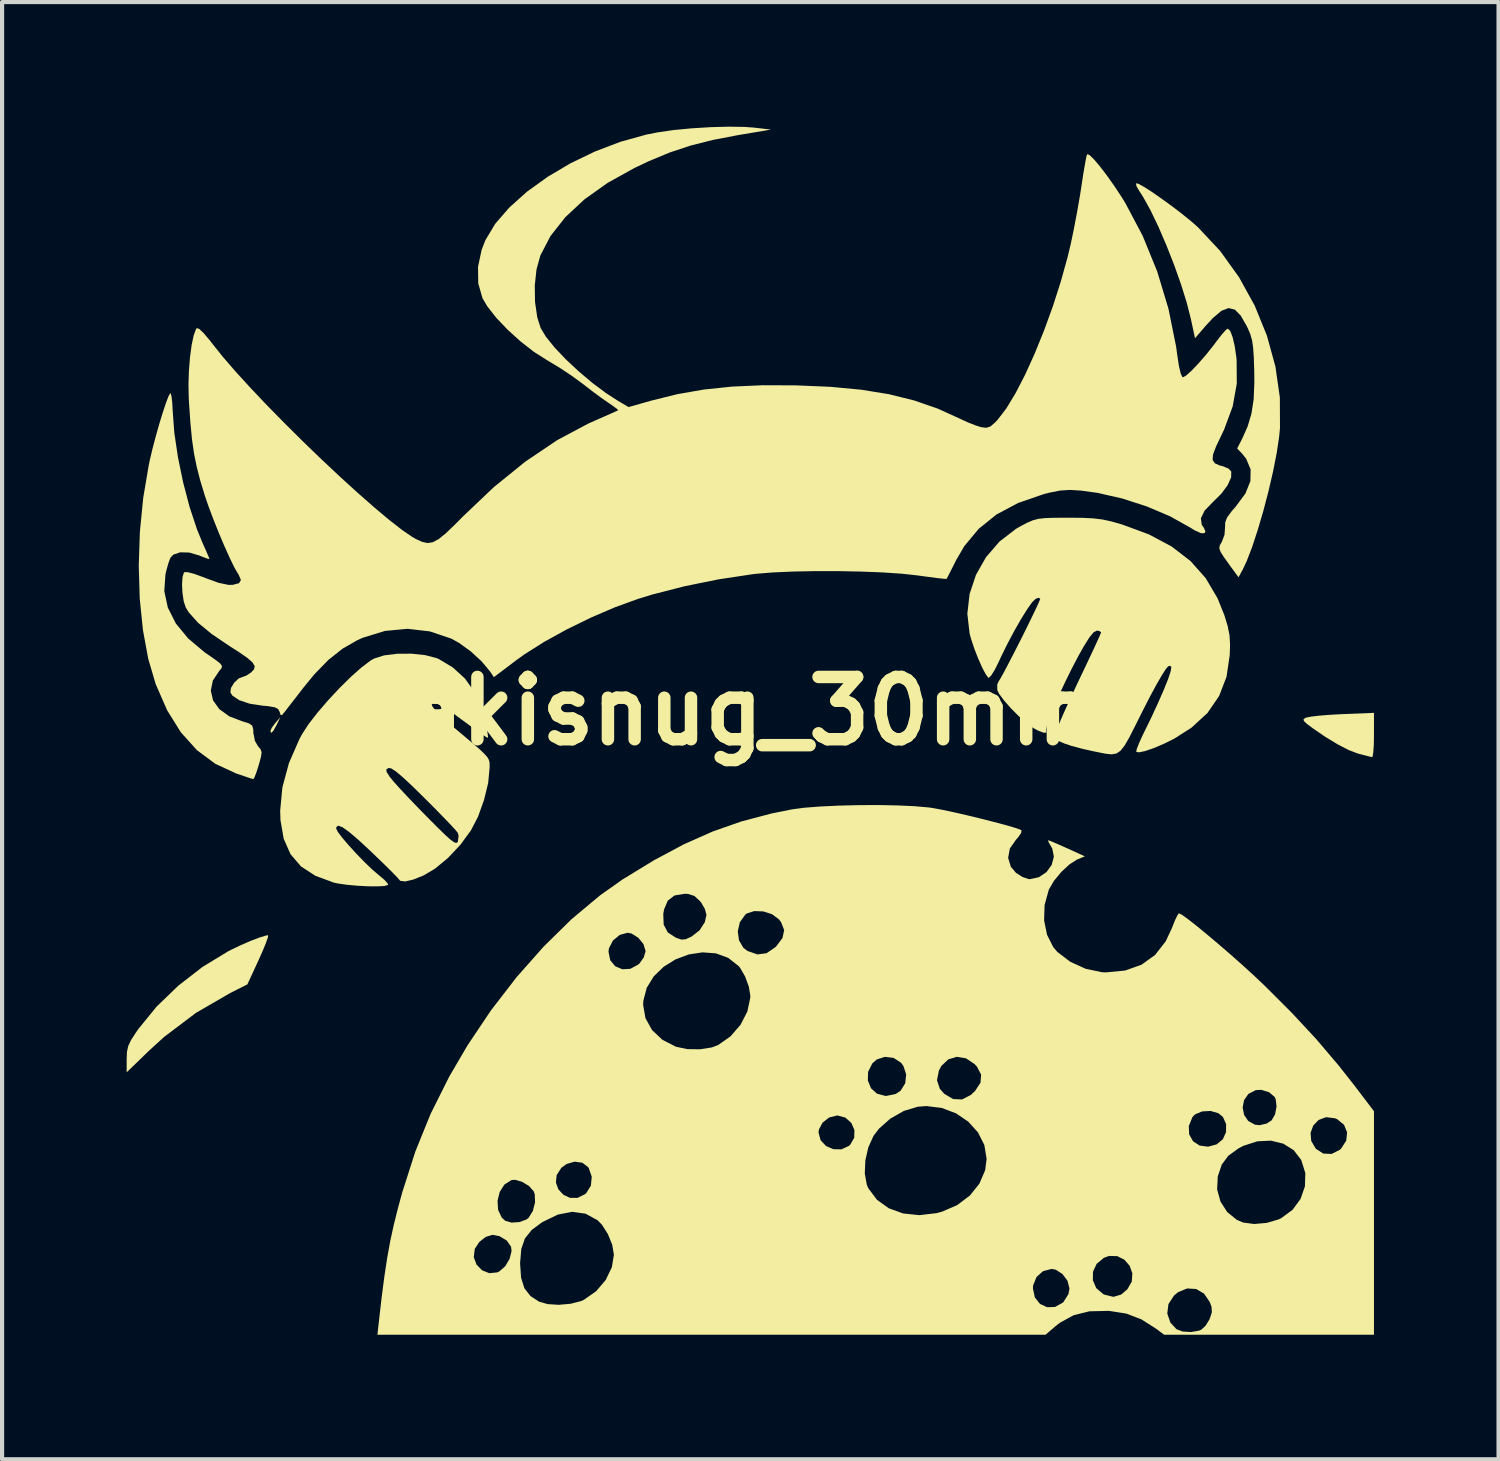
<source format=kicad_pcb>
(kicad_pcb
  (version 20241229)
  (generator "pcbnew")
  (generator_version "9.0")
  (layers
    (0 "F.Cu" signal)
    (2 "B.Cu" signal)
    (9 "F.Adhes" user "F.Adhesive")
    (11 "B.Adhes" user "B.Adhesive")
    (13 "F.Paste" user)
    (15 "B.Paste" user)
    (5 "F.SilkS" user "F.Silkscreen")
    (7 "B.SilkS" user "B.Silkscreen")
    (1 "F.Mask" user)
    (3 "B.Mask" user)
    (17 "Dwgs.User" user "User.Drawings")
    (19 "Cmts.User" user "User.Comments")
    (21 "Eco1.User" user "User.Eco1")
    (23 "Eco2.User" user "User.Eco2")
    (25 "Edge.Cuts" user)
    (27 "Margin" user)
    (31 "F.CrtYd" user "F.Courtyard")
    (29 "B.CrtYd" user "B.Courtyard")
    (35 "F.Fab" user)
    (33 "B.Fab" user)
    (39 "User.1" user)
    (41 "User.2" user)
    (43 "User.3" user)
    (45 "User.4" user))
  (footprint "akisnug_30mm"
    (layer "F.Cu")
    (at 15.017 14.072)
    (property "Reference" "akisnug_30mm" (at 0 0 0) (layer "F.SilkS") (effects (font (size 1.5 1.5) (thickness 0.3))))
    (attr board_only exclude_from_pos_files exclude_from_bom)
    (fp_poly (pts (xy -11.408 0.337) (xy -11.489 0.482) (xy -11.54 0.527) (xy -11.556 0.476) (xy -11.521 0.399) (xy -11.436 0.286) (xy -11.436 0.285) (xy -11.316 0.147)) (stroke (width 0) (type solid)) (fill yes) (layer "F.SilkS"))
    (fp_poly (pts (xy 15.017 0.579) (xy 15.013 0.812) (xy 15.001 0.993) (xy 14.983 1.096) (xy 14.973 1.109) (xy 14.896 1.092) (xy 14.744 1.053) (xy 14.618 1.019) (xy 14.411 0.94) (xy 14.147 0.804) (xy 13.859 0.629) (xy 13.776 0.574) (xy 13.545 0.415) (xy 13.401 0.308) (xy 13.33 0.24) (xy 13.32 0.198) (xy 13.359 0.168) (xy 13.383 0.158) (xy 13.493 0.135) (xy 13.693 0.111) (xy 13.954 0.09) (xy 14.25 0.074) (xy 14.269 0.073) (xy 15.017 0.043)) (stroke (width 0) (type solid)) (fill yes) (layer "F.SilkS"))
    (fp_poly (pts (xy -11.615 5.446) (xy -11.662 5.58) (xy -11.743 5.778) (xy -11.837 5.989) (xy -12.11 6.581) (xy -12.522 6.788) (xy -13.35 7.268) (xy -14.112 7.844) (xy -14.464 8.164) (xy -15.017 8.699) (xy -15.017 8.377) (xy -15.01 8.206) (xy -14.98 8.067) (xy -14.913 7.924) (xy -14.793 7.739) (xy -14.731 7.65) (xy -14.297 7.117) (xy -13.774 6.613) (xy -13.193 6.162) (xy -12.581 5.789) (xy -12.51 5.752) (xy -12.274 5.639) (xy -12.034 5.535) (xy -11.82 5.453) (xy -11.663 5.405) (xy -11.612 5.397)) (stroke (width 0) (type solid)) (fill yes) (layer "F.SilkS"))
    (fp_poly (pts (xy 9.35 -12.694) (xy 9.485 -12.619) (xy 9.674 -12.498) (xy 9.898 -12.342) (xy 10.14 -12.167) (xy 10.379 -11.985) (xy 10.597 -11.809) (xy 10.776 -11.653) (xy 10.783 -11.646) (xy 11.311 -11.082) (xy 11.767 -10.448) (xy 12.146 -9.761) (xy 12.44 -9.038) (xy 12.644 -8.295) (xy 12.751 -7.549) (xy 12.754 -6.816) (xy 12.733 -6.599) (xy 12.674 -6.208) (xy 12.586 -5.763) (xy 12.476 -5.289) (xy 12.351 -4.812) (xy 12.217 -4.356) (xy 12.082 -3.947) (xy 11.952 -3.609) (xy 11.86 -3.414) (xy 11.756 -3.221) (xy 11.553 -3.498) (xy 11.409 -3.699) (xy 11.325 -3.83) (xy 11.293 -3.917) (xy 11.303 -3.986) (xy 11.347 -4.063) (xy 11.353 -4.073) (xy 11.418 -4.243) (xy 11.431 -4.418) (xy 11.435 -4.543) (xy 11.48 -4.661) (xy 11.585 -4.805) (xy 11.689 -4.925) (xy 11.922 -5.24) (xy 12.042 -5.539) (xy 12.047 -5.819) (xy 11.938 -6.078) (xy 11.844 -6.195) (xy 11.723 -6.323) (xy 11.84 -6.551) (xy 11.977 -6.858) (xy 12.068 -7.168) (xy 12.12 -7.51) (xy 12.137 -7.917) (xy 12.134 -8.203) (xy 12.123 -8.524) (xy 12.107 -8.756) (xy 12.081 -8.93) (xy 12.04 -9.074) (xy 11.979 -9.217) (xy 11.952 -9.273) (xy 11.809 -9.522) (xy 11.668 -9.666) (xy 11.516 -9.704) (xy 11.344 -9.638) (xy 11.14 -9.466) (xy 10.961 -9.272) (xy 10.708 -8.978) (xy 10.609 -9.438) (xy 10.509 -9.832) (xy 10.37 -10.278) (xy 10.203 -10.749) (xy 10.017 -11.221) (xy 9.824 -11.669) (xy 9.633 -12.066) (xy 9.454 -12.387) (xy 9.372 -12.513) (xy 9.302 -12.631) (xy 9.285 -12.705) (xy 9.287 -12.709)) (stroke (width 0) (type solid)) (fill yes) (layer "F.SilkS"))
    (fp_poly (pts (xy -13.939 -7.588) (xy -13.92 -7.436) (xy -13.909 -7.233) (xy -13.909 -7.232) (xy -13.87 -6.704) (xy -13.783 -6.116) (xy -13.657 -5.506) (xy -13.501 -4.912) (xy -13.322 -4.372) (xy -13.192 -4.054) (xy -13.108 -3.866) (xy -13.048 -3.726) (xy -13.023 -3.661) (xy -13.023 -3.66) (xy -13.071 -3.67) (xy -13.193 -3.715) (xy -13.273 -3.748) (xy -13.51 -3.817) (xy -13.727 -3.823) (xy -13.894 -3.766) (xy -13.962 -3.693) (xy -14.008 -3.575) (xy -14.059 -3.394) (xy -14.083 -3.291) (xy -14.111 -2.889) (xy -14.026 -2.492) (xy -13.832 -2.108) (xy -13.534 -1.746) (xy -13.136 -1.412) (xy -13.09 -1.381) (xy -12.889 -1.242) (xy -12.771 -1.151) (xy -12.723 -1.089) (xy -12.729 -1.038) (xy -12.777 -0.979) (xy -12.784 -0.972) (xy -12.942 -0.735) (xy -12.991 -0.492) (xy -12.937 -0.258) (xy -12.787 -0.047) (xy -12.546 0.127) (xy -12.244 0.243) (xy -12.078 0.294) (xy -11.996 0.348) (xy -11.969 0.437) (xy -11.967 0.522) (xy -11.928 0.721) (xy -11.853 0.847) (xy -11.791 0.921) (xy -11.768 0.995) (xy -11.783 1.104) (xy -11.833 1.287) (xy -11.838 1.305) (xy -11.895 1.483) (xy -11.943 1.604) (xy -11.967 1.639) (xy -12.033 1.619) (xy -12.179 1.571) (xy -12.373 1.505) (xy -12.383 1.501) (xy -12.884 1.269) (xy -13.327 0.94) (xy -13.712 0.512) (xy -14.042 -0.018) (xy -14.319 -0.651) (xy -14.319 -0.653) (xy -14.498 -1.259) (xy -14.625 -1.95) (xy -14.702 -2.704) (xy -14.726 -3.5) (xy -14.699 -4.315) (xy -14.619 -5.13) (xy -14.485 -5.922) (xy -14.46 -6.042) (xy -14.394 -6.32) (xy -14.316 -6.616) (xy -14.233 -6.91) (xy -14.15 -7.182) (xy -14.074 -7.41) (xy -14.012 -7.574) (xy -13.97 -7.652) (xy -13.961 -7.655)) (stroke (width 0) (type solid)) (fill yes) (layer "F.SilkS"))
    (fp_poly (pts (xy -7.829 -1.347) (xy -7.551 -1.274) (xy -7.501 -1.253) (xy -7.162 -1.049) (xy -6.87 -0.782) (xy -6.658 -0.484) (xy -6.645 -0.459) (xy -6.575 -0.297) (xy -6.5 -0.092) (xy -6.429 0.13) (xy -6.369 0.341) (xy -6.329 0.515) (xy -6.315 0.623) (xy -6.324 0.645) (xy -6.384 0.611) (xy -6.518 0.52) (xy -6.706 0.385) (xy -6.93 0.22) (xy -6.951 0.205) (xy -7.181 0.037) (xy -7.381 -0.102) (xy -7.532 -0.197) (xy -7.612 -0.234) (xy -7.615 -0.235) (xy -7.681 -0.203) (xy -7.656 -0.112) (xy -7.546 0.029) (xy -7.356 0.211) (xy -7.274 0.281) (xy -6.95 0.552) (xy -6.706 0.758) (xy -6.528 0.911) (xy -6.408 1.025) (xy -6.333 1.109) (xy -6.294 1.177) (xy -6.279 1.24) (xy -6.277 1.31) (xy -6.278 1.367) (xy -6.312 1.73) (xy -6.411 2.137) (xy -6.557 2.546) (xy -6.73 2.877) (xy -6.979 3.217) (xy -7.276 3.533) (xy -7.592 3.795) (xy -7.863 3.956) (xy -8.118 4.058) (xy -8.312 4.103) (xy -8.431 4.087) (xy -8.457 4.057) (xy -8.504 4.002) (xy -8.622 3.881) (xy -8.794 3.71) (xy -9.007 3.504) (xy -9.133 3.383) (xy -9.433 3.104) (xy -9.661 2.91) (xy -9.822 2.796) (xy -9.922 2.759) (xy -9.968 2.794) (xy -9.972 2.83) (xy -9.932 2.91) (xy -9.826 3.05) (xy -9.672 3.23) (xy -9.49 3.43) (xy -9.297 3.629) (xy -9.114 3.806) (xy -8.957 3.941) (xy -8.94 3.955) (xy -8.806 4.068) (xy -8.73 4.154) (xy -8.723 4.186) (xy -8.808 4.211) (xy -8.979 4.221) (xy -9.206 4.219) (xy -9.46 4.206) (xy -9.711 4.183) (xy -9.928 4.152) (xy -10.03 4.13) (xy -10.472 3.967) (xy -10.819 3.741) (xy -11.072 3.446) (xy -11.235 3.077) (xy -11.313 2.631) (xy -11.321 2.404) (xy -11.268 1.839) (xy -11.151 1.405) (xy -8.765 1.405) (xy -8.758 1.465) (xy -8.683 1.583) (xy -8.674 1.595) (xy -8.588 1.699) (xy -8.437 1.867) (xy -8.236 2.082) (xy -8.002 2.326) (xy -7.813 2.519) (xy -7.55 2.784) (xy -7.356 2.973) (xy -7.221 3.095) (xy -7.132 3.159) (xy -7.078 3.176) (xy -7.047 3.153) (xy -7.041 3.138) (xy -7.024 3.003) (xy -7.043 2.933) (xy -7.098 2.865) (xy -7.223 2.729) (xy -7.403 2.542) (xy -7.624 2.316) (xy -7.851 2.089) (xy -8.148 1.798) (xy -8.375 1.587) (xy -8.539 1.45) (xy -8.648 1.38) (xy -8.71 1.37) (xy -8.765 1.405) (xy -11.151 1.405) (xy -11.11 1.253) (xy -10.855 0.67) (xy -10.79 0.55) (xy -10.635 0.312) (xy -10.421 0.036) (xy -10.167 -0.259) (xy -9.894 -0.552) (xy -9.62 -0.822) (xy -9.366 -1.048) (xy -9.151 -1.211) (xy -9.062 -1.263) (xy -8.818 -1.341) (xy -8.503 -1.38) (xy -8.16 -1.382)) (stroke (width 0) (type solid)) (fill yes) (layer "F.SilkS"))
    (fp_poly (pts (xy 7.995 -4.653) (xy 8.257 -4.64) (xy 8.474 -4.614) (xy 8.684 -4.569) (xy 8.923 -4.501) (xy 8.944 -4.495) (xy 9.594 -4.256) (xy 10.143 -3.964) (xy 10.598 -3.614) (xy 10.965 -3.201) (xy 11.25 -2.717) (xy 11.414 -2.311) (xy 11.495 -2.044) (xy 11.539 -1.823) (xy 11.552 -1.592) (xy 11.544 -1.349) (xy 11.467 -0.827) (xy 11.288 -0.363) (xy 11.008 0.046) (xy 10.623 0.4) (xy 10.207 0.665) (xy 9.956 0.789) (xy 9.715 0.892) (xy 9.506 0.963) (xy 9.356 0.994) (xy 9.294 0.983) (xy 9.303 0.92) (xy 9.358 0.778) (xy 9.446 0.584) (xy 9.492 0.49) (xy 9.665 0.135) (xy 9.824 -0.21) (xy 9.96 -0.521) (xy 10.062 -0.775) (xy 10.12 -0.95) (xy 10.121 -0.954) (xy 10.139 -1.065) (xy 10.105 -1.091) (xy 10.063 -1.078) (xy 10.008 -1.016) (xy 9.911 -0.865) (xy 9.782 -0.642) (xy 9.631 -0.363) (xy 9.467 -0.044) (xy 9.441 0.008) (xy 9.26 0.37) (xy 9.122 0.642) (xy 9.011 0.833) (xy 8.914 0.956) (xy 8.816 1.022) (xy 8.702 1.042) (xy 8.56 1.028) (xy 8.373 0.991) (xy 8.242 0.964) (xy 7.989 0.907) (xy 7.742 0.841) (xy 7.576 0.786) (xy 7.421 0.721) (xy 7.353 0.659) (xy 7.346 0.572) (xy 7.354 0.522) (xy 7.389 0.42) (xy 7.467 0.231) (xy 7.58 -0.027) (xy 7.72 -0.333) (xy 7.878 -0.671) (xy 7.917 -0.753) (xy 8.075 -1.085) (xy 8.215 -1.381) (xy 8.328 -1.624) (xy 8.407 -1.799) (xy 8.445 -1.89) (xy 8.447 -1.898) (xy 8.398 -1.93) (xy 8.339 -1.936) (xy 8.266 -1.897) (xy 8.164 -1.773) (xy 8.029 -1.557) (xy 7.904 -1.335) (xy 7.739 -1.02) (xy 7.578 -0.693) (xy 7.43 -0.375) (xy 7.303 -0.082) (xy 7.204 0.167) (xy 7.142 0.353) (xy 7.124 0.458) (xy 7.127 0.47) (xy 7.13 0.521) (xy 7.054 0.519) (xy 6.92 0.466) (xy 6.809 0.405) (xy 6.647 0.286) (xy 6.46 0.119) (xy 6.271 -0.071) (xy 6.107 -0.258) (xy 5.99 -0.417) (xy 5.947 -0.504) (xy 5.946 -0.641) (xy 5.979 -0.715) (xy 6.028 -0.793) (xy 6.116 -0.953) (xy 6.232 -1.174) (xy 6.367 -1.435) (xy 6.51 -1.716) (xy 6.65 -1.997) (xy 6.777 -2.257) (xy 6.882 -2.475) (xy 6.953 -2.631) (xy 6.981 -2.705) (xy 6.981 -2.706) (xy 6.939 -2.728) (xy 6.868 -2.701) (xy 6.786 -2.62) (xy 6.667 -2.452) (xy 6.521 -2.218) (xy 6.36 -1.937) (xy 6.196 -1.629) (xy 6.041 -1.315) (xy 5.983 -1.189) (xy 5.887 -0.996) (xy 5.802 -0.859) (xy 5.743 -0.8) (xy 5.733 -0.801) (xy 5.671 -0.882) (xy 5.585 -1.044) (xy 5.489 -1.259) (xy 5.396 -1.496) (xy 5.319 -1.727) (xy 5.28 -1.869) (xy 5.226 -2.343) (xy 5.28 -2.819) (xy 5.433 -3.279) (xy 5.675 -3.705) (xy 5.999 -4.081) (xy 6.396 -4.387) (xy 6.525 -4.461) (xy 6.678 -4.54) (xy 6.805 -4.594) (xy 6.933 -4.628) (xy 7.091 -4.646) (xy 7.306 -4.654) (xy 7.608 -4.656) (xy 7.654 -4.656)) (stroke (width 0) (type solid)) (fill yes) (layer "F.SilkS"))
    (fp_poly (pts (xy -0.137 -14.066) (xy 0.089 -14.049) (xy 0.499 -14.002) (xy -0.293 -13.869) (xy -0.903 -13.752) (xy -1.438 -13.617) (xy -1.939 -13.451) (xy -2.448 -13.239) (xy -2.786 -13.079) (xy -3.434 -12.72) (xy -3.992 -12.323) (xy -4.453 -11.894) (xy -4.811 -11.439) (xy -5.056 -10.97) (xy -5.148 -10.637) (xy -5.19 -10.25) (xy -5.184 -9.85) (xy -5.13 -9.479) (xy -5.049 -9.225) (xy -4.921 -9.013) (xy -4.714 -8.756) (xy -4.446 -8.473) (xy -4.137 -8.184) (xy -3.807 -7.905) (xy -3.474 -7.656) (xy -3.188 -7.471) (xy -2.931 -7.32) (xy -2.389 -7.474) (xy -1.76 -7.63) (xy -1.12 -7.742) (xy -0.441 -7.813) (xy 0.3 -7.846) (xy 1.085 -7.843) (xy 1.926 -7.808) (xy 2.671 -7.738) (xy 3.337 -7.63) (xy 3.943 -7.48) (xy 4.505 -7.286) (xy 5.015 -7.055) (xy 5.23 -6.955) (xy 5.434 -6.875) (xy 5.56 -6.836) (xy 5.684 -6.821) (xy 5.782 -6.853) (xy 5.895 -6.951) (xy 5.959 -7.019) (xy 6.165 -7.288) (xy 6.387 -7.655) (xy 6.618 -8.102) (xy 6.849 -8.611) (xy 7.074 -9.166) (xy 7.286 -9.749) (xy 7.476 -10.342) (xy 7.639 -10.928) (xy 7.715 -11.244) (xy 7.791 -11.607) (xy 7.87 -12.025) (xy 7.941 -12.434) (xy 7.976 -12.659) (xy 8.018 -12.936) (xy 8.058 -13.169) (xy 8.089 -13.334) (xy 8.11 -13.408) (xy 8.111 -13.41) (xy 8.167 -13.39) (xy 8.273 -13.287) (xy 8.417 -13.118) (xy 8.585 -12.898) (xy 8.764 -12.645) (xy 8.943 -12.374) (xy 9.032 -12.229) (xy 9.448 -11.443) (xy 9.798 -10.585) (xy 10.069 -9.687) (xy 10.252 -8.78) (xy 10.279 -8.585) (xy 10.32 -8.314) (xy 10.363 -8.129) (xy 10.405 -8.041) (xy 10.416 -8.036) (xy 10.495 -8.08) (xy 10.627 -8.199) (xy 10.793 -8.373) (xy 10.976 -8.583) (xy 11.157 -8.811) (xy 11.225 -8.902) (xy 11.347 -9.06) (xy 11.445 -9.171) (xy 11.497 -9.21) (xy 11.555 -9.155) (xy 11.613 -9.005) (xy 11.665 -8.783) (xy 11.704 -8.511) (xy 11.71 -8.451) (xy 11.714 -7.886) (xy 11.615 -7.335) (xy 11.408 -6.777) (xy 11.344 -6.643) (xy 11.213 -6.367) (xy 11.141 -6.175) (xy 11.132 -6.047) (xy 11.184 -5.967) (xy 11.3 -5.915) (xy 11.379 -5.896) (xy 11.512 -5.84) (xy 11.581 -5.769) (xy 11.578 -5.627) (xy 11.495 -5.442) (xy 11.345 -5.237) (xy 11.142 -5.036) (xy 11.137 -5.032) (xy 10.939 -4.827) (xy 10.849 -4.642) (xy 10.871 -4.481) (xy 10.923 -4.411) (xy 10.959 -4.322) (xy 10.937 -4.285) (xy 10.854 -4.282) (xy 10.698 -4.353) (xy 10.588 -4.421) (xy 10.11 -4.688) (xy 9.554 -4.925) (xy 8.958 -5.118) (xy 8.362 -5.254) (xy 7.962 -5.309) (xy 7.689 -5.325) (xy 7.452 -5.309) (xy 7.192 -5.257) (xy 7.063 -5.223) (xy 6.449 -5.011) (xy 5.93 -4.735) (xy 5.501 -4.39) (xy 5.153 -3.972) (xy 4.957 -3.636) (xy 4.856 -3.434) (xy 4.776 -3.277) (xy 4.731 -3.191) (xy 4.725 -3.183) (xy 4.666 -3.185) (xy 4.514 -3.201) (xy 4.291 -3.23) (xy 4.021 -3.267) (xy 4.014 -3.268) (xy 3.642 -3.308) (xy 3.181 -3.339) (xy 2.66 -3.359) (xy 2.107 -3.37) (xy 1.549 -3.37) (xy 1.016 -3.359) (xy 0.535 -3.338) (xy 0.135 -3.305) (xy 0.059 -3.296) (xy -0.769 -3.171) (xy -1.59 -3.004) (xy -2.362 -2.806) (xy -2.711 -2.699) (xy -3.265 -2.497) (xy -3.846 -2.247) (xy -4.422 -1.965) (xy -4.961 -1.668) (xy -5.433 -1.37) (xy -5.625 -1.232) (xy -6.175 -0.817) (xy -6.265 -0.951) (xy -6.465 -1.192) (xy -6.729 -1.435) (xy -7.013 -1.641) (xy -7.198 -1.744) (xy -7.718 -1.919) (xy -8.254 -1.981) (xy -8.796 -1.93) (xy -9.33 -1.766) (xy -9.46 -1.708) (xy -9.819 -1.502) (xy -10.16 -1.232) (xy -10.502 -0.88) (xy -10.766 -0.557) (xy -10.928 -0.347) (xy -11.073 -0.161) (xy -11.178 -0.025) (xy -11.209 0.016) (xy -11.28 0.099) (xy -11.312 0.09) (xy -11.334 0.018) (xy -11.37 -0.049) (xy -11.453 -0.091) (xy -11.611 -0.118) (xy -11.742 -0.13) (xy -12.057 -0.178) (xy -12.307 -0.262) (xy -12.471 -0.373) (xy -12.519 -0.447) (xy -12.507 -0.554) (xy -12.43 -0.681) (xy -12.322 -0.784) (xy -12.227 -0.821) (xy -12.132 -0.856) (xy -12.023 -0.928) (xy -11.95 -1.005) (xy -11.934 -1.082) (xy -11.986 -1.171) (xy -12.116 -1.284) (xy -12.332 -1.433) (xy -12.525 -1.555) (xy -12.967 -1.854) (xy -13.299 -2.127) (xy -13.523 -2.378) (xy -13.593 -2.492) (xy -13.643 -2.641) (xy -13.673 -2.84) (xy -13.684 -3.05) (xy -13.672 -3.229) (xy -13.637 -3.338) (xy -13.632 -3.343) (xy -13.555 -3.346) (xy -13.397 -3.306) (xy -13.182 -3.228) (xy -13.124 -3.205) (xy -12.803 -3.088) (xy -12.564 -3.038) (xy -12.464 -3.039) (xy -12.312 -3.079) (xy -12.266 -3.157) (xy -12.323 -3.289) (xy -12.344 -3.32) (xy -12.426 -3.462) (xy -12.536 -3.689) (xy -12.665 -3.976) (xy -12.8 -4.295) (xy -12.931 -4.623) (xy -13.047 -4.932) (xy -13.133 -5.182) (xy -13.244 -5.547) (xy -13.329 -5.876) (xy -13.394 -6.197) (xy -13.444 -6.541) (xy -13.482 -6.936) (xy -13.515 -7.412) (xy -13.522 -7.538) (xy -13.529 -7.858) (xy -13.518 -8.193) (xy -13.492 -8.519) (xy -13.453 -8.811) (xy -13.404 -9.043) (xy -13.349 -9.193) (xy -13.328 -9.221) (xy -13.27 -9.202) (xy -13.161 -9.098) (xy -13.012 -8.922) (xy -12.949 -8.84) (xy -12.703 -8.532) (xy -12.395 -8.176) (xy -12.036 -7.783) (xy -11.638 -7.363) (xy -11.211 -6.928) (xy -10.768 -6.488) (xy -10.319 -6.055) (xy -9.876 -5.639) (xy -9.449 -5.251) (xy -9.051 -4.901) (xy -8.693 -4.601) (xy -8.386 -4.362) (xy -8.141 -4.194) (xy -8.054 -4.144) (xy -7.904 -4.075) (xy -7.774 -4.046) (xy -7.647 -4.065) (xy -7.506 -4.14) (xy -7.333 -4.28) (xy -7.111 -4.493) (xy -6.925 -4.681) (xy -6.174 -5.394) (xy -5.413 -6.01) (xy -4.651 -6.523) (xy -3.895 -6.926) (xy -3.759 -6.986) (xy -3.526 -7.089) (xy -3.337 -7.172) (xy -3.215 -7.228) (xy -3.181 -7.244) (xy -3.216 -7.28) (xy -3.323 -7.359) (xy -3.416 -7.422) (xy -3.587 -7.541) (xy -3.805 -7.702) (xy -4.025 -7.872) (xy -4.048 -7.889) (xy -4.29 -8.067) (xy -4.581 -8.26) (xy -4.862 -8.43) (xy -4.898 -8.451) (xy -5.211 -8.65) (xy -5.535 -8.903) (xy -5.846 -9.185) (xy -6.121 -9.474) (xy -6.335 -9.748) (xy -6.448 -9.94) (xy -6.551 -10.297) (xy -6.557 -10.695) (xy -6.469 -11.11) (xy -6.378 -11.341) (xy -6.141 -11.735) (xy -5.802 -12.126) (xy -5.378 -12.506) (xy -4.882 -12.863) (xy -4.332 -13.189) (xy -3.741 -13.474) (xy -3.127 -13.708) (xy -2.504 -13.881) (xy -2.236 -13.934) (xy -1.851 -13.99) (xy -1.412 -14.032) (xy -0.957 -14.06) (xy -0.52 -14.072)) (stroke (width 0) (type solid)) (fill yes) (layer "F.SilkS"))
    (fp_poly (pts (xy 3.547 2.272) (xy 3.958 2.291) (xy 4.29 2.32) (xy 4.4 2.336) (xy 4.621 2.377) (xy 4.898 2.436) (xy 5.208 2.507) (xy 5.528 2.584) (xy 5.838 2.663) (xy 6.116 2.736) (xy 6.338 2.8) (xy 6.484 2.848) (xy 6.53 2.871) (xy 6.521 2.935) (xy 6.445 3.045) (xy 6.398 3.096) (xy 6.249 3.31) (xy 6.208 3.535) (xy 6.273 3.749) (xy 6.398 3.896) (xy 6.553 3.995) (xy 6.702 4.046) (xy 6.727 4.048) (xy 6.948 4.001) (xy 7.131 3.878) (xy 7.257 3.704) (xy 7.309 3.506) (xy 7.271 3.31) (xy 7.245 3.264) (xy 7.183 3.158) (xy 7.17 3.109) (xy 7.172 3.109) (xy 7.235 3.132) (xy 7.377 3.192) (xy 7.57 3.278) (xy 7.627 3.303) (xy 8.055 3.498) (xy 7.87 3.574) (xy 7.688 3.689) (xy 7.49 3.872) (xy 7.313 4.086) (xy 7.191 4.294) (xy 7.187 4.303) (xy 7.086 4.669) (xy 7.074 5.04) (xy 7.145 5.388) (xy 7.296 5.686) (xy 7.392 5.799) (xy 7.704 6.037) (xy 8.076 6.206) (xy 8.466 6.288) (xy 8.563 6.292) (xy 9.024 6.248) (xy 9.419 6.108) (xy 9.746 5.873) (xy 10.002 5.545) (xy 10.15 5.229) (xy 10.223 5.045) (xy 10.285 4.915) (xy 10.321 4.869) (xy 10.394 4.906) (xy 10.54 5.011) (xy 10.742 5.169) (xy 10.988 5.371) (xy 11.262 5.602) (xy 11.55 5.85) (xy 11.837 6.104) (xy 12.109 6.352) (xy 12.351 6.58) (xy 12.371 6.599) (xy 13.039 7.266) (xy 13.629 7.901) (xy 14.165 8.532) (xy 14.541 9.009) (xy 15.017 9.635) (xy 15.017 12.326) (xy 15.017 15.017) (xy 12.491 15.017) (xy 9.964 15.017) (xy 9.778 14.877) (xy 9.417 14.647) (xy 9.056 14.509) (xy 9.041 14.506) (xy 10.04 14.506) (xy 10.115 14.724) (xy 10.261 14.883) (xy 10.408 14.94) (xy 10.607 14.953) (xy 10.799 14.921) (xy 10.861 14.895) (xy 10.963 14.799) (xy 11.055 14.65) (xy 11.063 14.631) (xy 11.114 14.474) (xy 11.105 14.343) (xy 11.063 14.23) (xy 10.925 14.027) (xy 10.735 13.916) (xy 10.519 13.903) (xy 10.301 13.992) (xy 10.202 14.074) (xy 10.068 14.28) (xy 10.04 14.506) (xy 9.041 14.506) (xy 8.651 14.445) (xy 8.616 14.443) (xy 8.166 14.453) (xy 7.786 14.547) (xy 7.454 14.729) (xy 7.346 14.814) (xy 7.109 15.017) (xy -0.935 15.017) (xy -8.979 15.017) (xy -8.948 14.738) (xy -8.879 14.132) (xy -8.812 13.617) (xy -8.744 13.168) (xy -8.741 13.151) (xy -6.659 13.151) (xy -6.592 13.329) (xy -6.46 13.465) (xy -6.287 13.535) (xy -6.097 13.517) (xy -6.045 13.493) (xy -5.902 13.369) (xy -5.869 13.312) (xy -5.543 13.312) (xy -5.519 13.648) (xy -5.44 13.898) (xy -5.294 14.085) (xy -5.091 14.219) (xy -4.882 14.28) (xy -4.613 14.297) (xy -4.329 14.272) (xy -4.078 14.208) (xy -4.007 14.176) (xy -3.713 13.97) (xy -3.656 13.903) (xy 6.805 13.903) (xy 6.851 14.119) (xy 6.974 14.274) (xy 7.144 14.354) (xy 7.336 14.349) (xy 7.521 14.247) (xy 7.541 14.228) (xy 7.66 14.039) (xy 7.685 13.903) (xy 7.637 13.717) (xy 7.629 13.706) (xy 8.248 13.706) (xy 8.33 13.895) (xy 8.496 14.037) (xy 8.53 14.053) (xy 8.745 14.105) (xy 8.931 14.05) (xy 9.078 13.924) (xy 9.186 13.735) (xy 9.199 13.539) (xy 9.134 13.357) (xy 9.008 13.211) (xy 8.837 13.125) (xy 8.638 13.12) (xy 8.514 13.165) (xy 8.339 13.311) (xy 8.251 13.501) (xy 8.248 13.706) (xy 7.629 13.706) (xy 7.515 13.554) (xy 7.354 13.451) (xy 7.255 13.433) (xy 7.049 13.486) (xy 6.892 13.627) (xy 6.81 13.828) (xy 6.805 13.903) (xy -3.656 13.903) (xy -3.483 13.7) (xy -3.334 13.392) (xy -3.285 13.093) (xy -3.325 12.852) (xy -3.43 12.593) (xy -3.574 12.367) (xy -3.679 12.26) (xy -3.967 12.103) (xy -4.286 12.057) (xy -4.633 12.124) (xy -5.003 12.303) (xy -5.009 12.306) (xy -5.264 12.494) (xy -5.428 12.7) (xy -5.515 12.953) (xy -5.543 13.284) (xy -5.543 13.312) (xy -5.869 13.312) (xy -5.796 13.189) (xy -5.749 13.002) (xy -5.761 12.898) (xy -5.865 12.749) (xy -6.04 12.644) (xy -6.208 12.612) (xy -6.37 12.661) (xy -6.527 12.785) (xy -6.634 12.949) (xy -6.635 12.951) (xy -6.659 13.151) (xy -8.741 13.151) (xy -8.67 12.761) (xy -8.585 12.37) (xy -8.485 11.97) (xy -8.437 11.794) (xy -6.087 11.794) (xy -6.073 12.011) (xy -5.986 12.195) (xy -5.901 12.274) (xy -5.751 12.317) (xy -5.561 12.305) (xy -5.392 12.243) (xy -5.341 12.205) (xy -5.237 12.039) (xy -5.183 11.83) (xy -5.191 11.632) (xy -5.217 11.563) (xy -5.33 11.435) (xy -5.466 11.353) (xy -4.681 11.353) (xy -4.621 11.517) (xy -4.502 11.646) (xy -4.344 11.721) (xy -4.164 11.723) (xy -3.981 11.633) (xy -3.949 11.605) (xy -3.839 11.428) (xy -3.818 11.213) (xy -3.846 11.133) (xy 2.756 11.133) (xy 2.805 11.404) (xy 2.839 11.487) (xy 3.047 11.765) (xy 3.332 11.971) (xy 3.678 12.097) (xy 4.067 12.138) (xy 4.482 12.09) (xy 4.615 12.055) (xy 4.982 11.896) (xy 5.287 11.665) (xy 5.407 11.516) (xy 11.24 11.516) (xy 11.321 11.81) (xy 11.484 12.064) (xy 11.715 12.251) (xy 11.868 12.316) (xy 12.133 12.351) (xy 12.435 12.324) (xy 12.719 12.241) (xy 12.782 12.211) (xy 13.056 12.01) (xy 13.25 11.746) (xy 13.355 11.443) (xy 13.364 11.124) (xy 13.267 10.813) (xy 13.266 10.81) (xy 13.084 10.573) (xy 12.834 10.417) (xy 12.535 10.344) (xy 12.209 10.36) (xy 11.876 10.467) (xy 11.755 10.53) (xy 11.509 10.709) (xy 11.352 10.921) (xy 11.257 11.203) (xy 11.256 11.207) (xy 11.24 11.516) (xy 5.407 11.516) (xy 5.516 11.379) (xy 5.655 11.056) (xy 5.69 10.784) (xy 5.635 10.449) (xy 5.482 10.145) (xy 5.345 9.994) (xy 10.558 9.994) (xy 10.568 10.195) (xy 10.66 10.358) (xy 10.818 10.462) (xy 11.024 10.489) (xy 11.227 10.434) (xy 11.378 10.311) (xy 11.447 10.156) (xy 13.491 10.156) (xy 13.506 10.35) (xy 13.616 10.537) (xy 13.619 10.54) (xy 13.797 10.655) (xy 13.997 10.664) (xy 14.19 10.567) (xy 14.228 10.532) (xy 14.35 10.343) (xy 14.37 10.142) (xy 14.295 9.961) (xy 14.131 9.827) (xy 14.074 9.804) (xy 13.862 9.779) (xy 13.684 9.846) (xy 13.555 9.98) (xy 13.491 10.156) (xy 11.447 10.156) (xy 11.455 10.136) (xy 11.457 9.945) (xy 11.382 9.776) (xy 11.272 9.684) (xy 11.083 9.629) (xy 10.881 9.64) (xy 10.712 9.71) (xy 10.647 9.774) (xy 10.558 9.994) (xy 5.345 9.994) (xy 5.248 9.886) (xy 4.951 9.685) (xy 4.608 9.556) (xy 4.527 9.546) (xy 11.855 9.546) (xy 11.89 9.723) (xy 11.989 9.87) (xy 12.15 9.959) (xy 12.26 9.972) (xy 12.432 9.933) (xy 12.553 9.855) (xy 12.636 9.71) (xy 12.671 9.521) (xy 12.651 9.346) (xy 12.626 9.292) (xy 12.492 9.179) (xy 12.307 9.121) (xy 12.172 9.127) (xy 11.993 9.219) (xy 11.889 9.369) (xy 11.855 9.546) (xy 4.527 9.546) (xy 4.238 9.511) (xy 4.033 9.527) (xy 3.697 9.628) (xy 3.371 9.814) (xy 3.095 10.059) (xy 2.966 10.229) (xy 2.841 10.506) (xy 2.77 10.82) (xy 2.756 11.133) (xy -3.846 11.133) (xy -3.89 11.005) (xy -3.904 10.983) (xy -4.043 10.876) (xy -4.229 10.85) (xy -4.422 10.905) (xy -4.549 10.996) (xy -4.663 11.173) (xy -4.681 11.353) (xy -5.466 11.353) (xy -5.495 11.335) (xy -5.664 11.286) (xy -5.75 11.293) (xy -5.921 11.401) (xy -6.035 11.58) (xy -6.087 11.794) (xy -8.437 11.794) (xy -8.38 11.585) (xy -8.068 10.612) (xy -7.88 10.147) (xy 1.642 10.147) (xy 1.693 10.335) (xy 1.823 10.473) (xy 2.001 10.55) (xy 2.195 10.553) (xy 2.374 10.47) (xy 2.405 10.442) (xy 2.502 10.274) (xy 2.507 10.089) (xy 2.432 9.917) (xy 2.291 9.79) (xy 2.099 9.738) (xy 2.091 9.738) (xy 1.899 9.786) (xy 1.74 9.91) (xy 1.651 10.077) (xy 1.642 10.147) (xy -7.88 10.147) (xy -7.697 9.696) (xy -7.297 8.896) (xy 2.83 8.896) (xy 2.905 9.081) (xy 3.052 9.214) (xy 3.258 9.268) (xy 3.271 9.268) (xy 3.503 9.219) (xy 3.619 9.141) (xy 3.73 8.963) (xy 3.738 8.888) (xy 4.495 8.888) (xy 4.562 9.093) (xy 4.671 9.217) (xy 4.885 9.343) (xy 5.098 9.352) (xy 5.308 9.245) (xy 5.411 9.148) (xy 5.543 8.948) (xy 5.558 8.754) (xy 5.456 8.561) (xy 5.401 8.501) (xy 5.193 8.361) (xy 4.973 8.325) (xy 4.767 8.387) (xy 4.601 8.544) (xy 4.542 8.654) (xy 4.495 8.888) (xy 3.738 8.888) (xy 3.753 8.75) (xy 3.686 8.544) (xy 3.627 8.466) (xy 3.449 8.351) (xy 3.241 8.326) (xy 3.045 8.389) (xy 2.937 8.484) (xy 2.836 8.688) (xy 2.83 8.896) (xy -7.297 8.896) (xy -7.248 8.799) (xy -6.808 8.047) (xy -6.244 7.206) (xy -6.142 7.074) (xy -2.581 7.074) (xy -2.525 7.395) (xy -2.366 7.681) (xy -2.117 7.916) (xy -1.792 8.082) (xy -1.789 8.083) (xy -1.516 8.14) (xy -1.211 8.144) (xy -0.926 8.099) (xy -0.775 8.042) (xy -0.477 7.832) (xy -0.236 7.554) (xy -0.071 7.234) (xy -0.001 6.902) (xy 0 6.854) (xy -0.036 6.635) (xy -0.126 6.39) (xy -0.247 6.181) (xy -0.281 6.141) (xy -0.533 5.942) (xy -0.829 5.834) (xy -1.152 5.81) (xy -1.482 5.86) (xy -1.8 5.979) (xy -2.087 6.157) (xy -2.325 6.388) (xy -2.494 6.663) (xy -2.576 6.976) (xy -2.581 7.074) (xy -6.142 7.074) (xy -5.63 6.41) (xy -5.084 5.793) (xy -3.415 5.793) (xy -3.373 5.999) (xy -3.254 6.144) (xy -3.083 6.217) (xy -2.89 6.207) (xy -2.7 6.105) (xy -2.666 6.074) (xy -2.566 5.931) (xy -2.522 5.783) (xy -2.522 5.778) (xy -2.573 5.611) (xy -2.698 5.458) (xy -2.859 5.357) (xy -2.956 5.338) (xy -3.147 5.391) (xy -3.308 5.526) (xy -3.403 5.71) (xy -3.415 5.793) (xy -5.084 5.793) (xy -4.978 5.673) (xy -4.303 5.01) (xy -4.156 4.887) (xy -2.096 4.887) (xy -2.086 5.144) (xy -1.986 5.331) (xy -1.79 5.458) (xy -1.789 5.459) (xy -1.662 5.502) (xy -1.561 5.496) (xy -1.426 5.435) (xy -1.414 5.429) (xy -1.252 5.303) (xy -0.302 5.303) (xy -0.273 5.519) (xy -0.167 5.7) (xy -0.067 5.777) (xy 0.172 5.86) (xy 0.39 5.831) (xy 0.601 5.687) (xy 0.622 5.667) (xy 0.775 5.464) (xy 0.815 5.273) (xy 0.74 5.082) (xy 0.687 5.013) (xy 0.524 4.892) (xy 0.312 4.824) (xy 0.095 4.816) (xy -0.084 4.873) (xy -0.12 4.9) (xy -0.252 5.085) (xy -0.302 5.303) (xy -1.252 5.303) (xy -1.223 5.281) (xy -1.095 5.083) (xy -1.056 4.905) (xy -1.093 4.767) (xy -1.184 4.61) (xy -1.208 4.58) (xy -1.345 4.452) (xy -1.499 4.403) (xy -1.583 4.4) (xy -1.824 4.44) (xy -1.987 4.564) (xy -2.078 4.78) (xy -2.096 4.887) (xy -4.156 4.887) (xy -3.619 4.438) (xy -3.08 4.057) (xy -2.318 3.591) (xy -1.602 3.209) (xy -0.909 2.901) (xy -0.214 2.657) (xy 0.507 2.467) (xy 0.997 2.368) (xy 1.295 2.328) (xy 1.68 2.298) (xy 2.125 2.277) (xy 2.603 2.265) (xy 3.087 2.263)) (stroke (width 0) (type solid)) (fill yes) (layer "F.SilkS")))
  (gr_rect
    (start -3 -3)
    (end 33.034 32.089)
    (stroke (width 0.1) (type default))
    (fill no)
    (layer "Edge.Cuts")))
</source>
